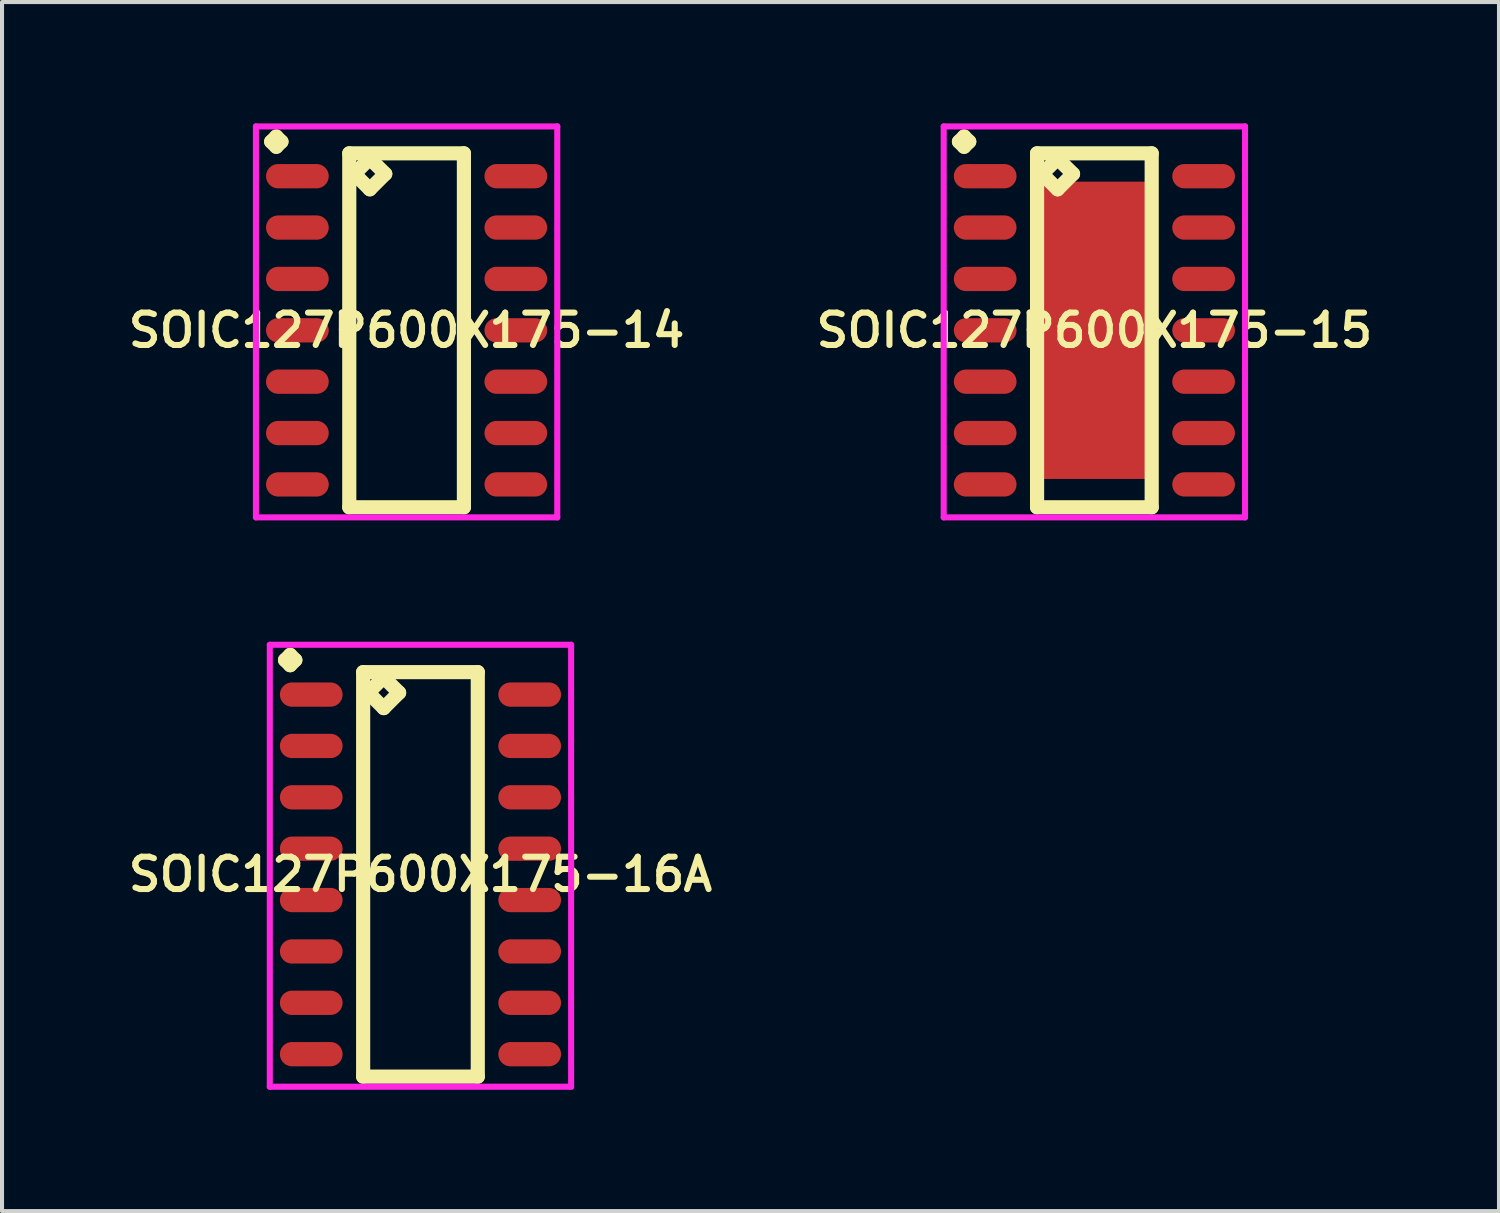
<source format=kicad_pcb>
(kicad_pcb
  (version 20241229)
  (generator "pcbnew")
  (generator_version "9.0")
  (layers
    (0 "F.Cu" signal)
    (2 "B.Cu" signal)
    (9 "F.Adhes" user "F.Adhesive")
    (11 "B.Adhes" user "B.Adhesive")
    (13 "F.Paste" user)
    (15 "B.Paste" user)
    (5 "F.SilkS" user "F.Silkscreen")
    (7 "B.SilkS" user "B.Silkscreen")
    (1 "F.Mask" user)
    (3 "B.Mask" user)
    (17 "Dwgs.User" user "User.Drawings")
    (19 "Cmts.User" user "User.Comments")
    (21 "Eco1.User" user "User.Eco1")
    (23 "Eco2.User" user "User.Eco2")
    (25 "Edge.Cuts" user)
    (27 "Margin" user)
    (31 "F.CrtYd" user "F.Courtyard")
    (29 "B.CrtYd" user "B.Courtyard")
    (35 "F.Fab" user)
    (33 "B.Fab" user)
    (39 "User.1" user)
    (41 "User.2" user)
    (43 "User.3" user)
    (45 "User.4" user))
  (footprint "SOIC127P600X175-15"
    (layer "F.Cu")
    (at 24.006 5.116)
    (property "Reference" "SOIC127P600X175-15" (at 0 0 0) (layer "F.SilkS") (effects (font (size 0.8 0.8) (thickness 0.15))))
    (attr smd)
    (fp_line (start -3.348 -4.664) (end -3.221 -4.791) (stroke (width 0.35) (type solid)) (layer "F.SilkS"))
    (fp_line (start -3.221 -4.791) (end -3.094 -4.664) (stroke (width 0.35) (type solid)) (layer "F.SilkS"))
    (fp_line (start -3.221 -4.537) (end -3.348 -4.664) (stroke (width 0.35) (type solid)) (layer "F.SilkS"))
    (fp_line (start -3.094 -4.664) (end -3.221 -4.537) (stroke (width 0.35) (type solid)) (layer "F.SilkS"))
    (fp_line (start -1.417 -4.375) (end -1.417 4.375) (stroke (width 0.35) (type solid)) (layer "F.SilkS"))
    (fp_line (start -1.417 4.375) (end 1.417 4.375) (stroke (width 0.35) (type solid)) (layer "F.SilkS"))
    (fp_line (start -1.29 -3.867) (end -0.909 -4.248) (stroke (width 0.35) (type solid)) (layer "F.SilkS"))
    (fp_line (start -0.909 -4.248) (end -0.528 -3.867) (stroke (width 0.35) (type solid)) (layer "F.SilkS"))
    (fp_line (start -0.909 -3.486) (end -1.29 -3.867) (stroke (width 0.35) (type solid)) (layer "F.SilkS"))
    (fp_line (start -0.528 -3.867) (end -0.909 -3.486) (stroke (width 0.35) (type solid)) (layer "F.SilkS"))
    (fp_line (start 1.417 -4.375) (end -1.417 -4.375) (stroke (width 0.35) (type solid)) (layer "F.SilkS"))
    (fp_line (start 1.417 4.375) (end 1.417 -4.375) (stroke (width 0.35) (type solid)) (layer "F.SilkS"))
    (fp_line (start -3.725 -5.041) (end 3.725 -5.041) (stroke (width 0.15) (type solid)) (layer "F.CrtYd"))
    (fp_line (start -3.725 4.625) (end -3.725 -5.041) (stroke (width 0.15) (type solid)) (layer "F.CrtYd"))
    (fp_line (start 3.725 -5.041) (end 3.725 4.625) (stroke (width 0.15) (type solid)) (layer "F.CrtYd"))
    (fp_line (start 3.725 4.625) (end -3.725 4.625) (stroke (width 0.15) (type solid)) (layer "F.CrtYd"))
    (pad "1" smd oval (at -2.7 -3.81) (size 1.55 0.6) (layers "F.Cu" "F.Mask" "F.Paste"))
    (pad "2" smd oval (at -2.7 -2.54) (size 1.55 0.6) (layers "F.Cu" "F.Mask" "F.Paste"))
    (pad "3" smd oval (at -2.7 -1.27) (size 1.55 0.6) (layers "F.Cu" "F.Mask" "F.Paste"))
    (pad "4" smd oval (at -2.7 0) (size 1.55 0.6) (layers "F.Cu" "F.Mask" "F.Paste"))
    (pad "5" smd oval (at -2.7 1.27) (size 1.55 0.6) (layers "F.Cu" "F.Mask" "F.Paste"))
    (pad "6" smd oval (at -2.7 2.54) (size 1.55 0.6) (layers "F.Cu" "F.Mask" "F.Paste"))
    (pad "7" smd oval (at -2.7 3.81) (size 1.55 0.6) (layers "F.Cu" "F.Mask" "F.Paste"))
    (pad "8" smd oval (at 2.7 3.81) (size 1.55 0.6) (layers "F.Cu" "F.Mask" "F.Paste"))
    (pad "9" smd oval (at 2.7 2.54) (size 1.55 0.6) (layers "F.Cu" "F.Mask" "F.Paste"))
    (pad "10" smd oval (at 2.7 1.27) (size 1.55 0.6) (layers "F.Cu" "F.Mask" "F.Paste"))
    (pad "11" smd oval (at 2.7 0) (size 1.55 0.6) (layers "F.Cu" "F.Mask" "F.Paste"))
    (pad "12" smd oval (at 2.7 -1.27) (size 1.55 0.6) (layers "F.Cu" "F.Mask" "F.Paste"))
    (pad "13" smd oval (at 2.7 -2.54) (size 1.55 0.6) (layers "F.Cu" "F.Mask" "F.Paste"))
    (pad "14" smd oval (at 2.7 -3.81) (size 1.55 0.6) (layers "F.Cu" "F.Mask" "F.Paste"))
    (pad "15" smd rect (at 0 0) (size 2.75 7.35) (layers "F.Cu" "F.Mask" "F.Paste")))
  (footprint "SOIC127P600X175-14"
    (layer "F.Cu")
    (at 7.002 5.116)
    (property "Reference" "SOIC127P600X175-14" (at 0 0 0) (layer "F.SilkS") (effects (font (size 0.8 0.8) (thickness 0.15))))
    (attr smd)
    (fp_line (start -3.348 -4.664) (end -3.221 -4.791) (stroke (width 0.35) (type solid)) (layer "F.SilkS"))
    (fp_line (start -3.221 -4.791) (end -3.094 -4.664) (stroke (width 0.35) (type solid)) (layer "F.SilkS"))
    (fp_line (start -3.221 -4.537) (end -3.348 -4.664) (stroke (width 0.35) (type solid)) (layer "F.SilkS"))
    (fp_line (start -3.094 -4.664) (end -3.221 -4.537) (stroke (width 0.35) (type solid)) (layer "F.SilkS"))
    (fp_line (start -1.417 -4.375) (end -1.417 4.375) (stroke (width 0.35) (type solid)) (layer "F.SilkS"))
    (fp_line (start -1.417 4.375) (end 1.417 4.375) (stroke (width 0.35) (type solid)) (layer "F.SilkS"))
    (fp_line (start -1.29 -3.867) (end -0.909 -4.248) (stroke (width 0.35) (type solid)) (layer "F.SilkS"))
    (fp_line (start -0.909 -4.248) (end -0.528 -3.867) (stroke (width 0.35) (type solid)) (layer "F.SilkS"))
    (fp_line (start -0.909 -3.486) (end -1.29 -3.867) (stroke (width 0.35) (type solid)) (layer "F.SilkS"))
    (fp_line (start -0.528 -3.867) (end -0.909 -3.486) (stroke (width 0.35) (type solid)) (layer "F.SilkS"))
    (fp_line (start 1.417 -4.375) (end -1.417 -4.375) (stroke (width 0.35) (type solid)) (layer "F.SilkS"))
    (fp_line (start 1.417 4.375) (end 1.417 -4.375) (stroke (width 0.35) (type solid)) (layer "F.SilkS"))
    (fp_line (start -3.725 -5.041) (end 3.725 -5.041) (stroke (width 0.15) (type solid)) (layer "F.CrtYd"))
    (fp_line (start -3.725 4.625) (end -3.725 -5.041) (stroke (width 0.15) (type solid)) (layer "F.CrtYd"))
    (fp_line (start 3.725 -5.041) (end 3.725 4.625) (stroke (width 0.15) (type solid)) (layer "F.CrtYd"))
    (fp_line (start 3.725 4.625) (end -3.725 4.625) (stroke (width 0.15) (type solid)) (layer "F.CrtYd"))
    (pad "1" smd oval (at -2.7 -3.81) (size 1.55 0.6) (layers "F.Cu" "F.Mask" "F.Paste"))
    (pad "2" smd oval (at -2.7 -2.54) (size 1.55 0.6) (layers "F.Cu" "F.Mask" "F.Paste"))
    (pad "3" smd oval (at -2.7 -1.27) (size 1.55 0.6) (layers "F.Cu" "F.Mask" "F.Paste"))
    (pad "4" smd oval (at -2.7 0) (size 1.55 0.6) (layers "F.Cu" "F.Mask" "F.Paste"))
    (pad "5" smd oval (at -2.7 1.27) (size 1.55 0.6) (layers "F.Cu" "F.Mask" "F.Paste"))
    (pad "6" smd oval (at -2.7 2.54) (size 1.55 0.6) (layers "F.Cu" "F.Mask" "F.Paste"))
    (pad "7" smd oval (at -2.7 3.81) (size 1.55 0.6) (layers "F.Cu" "F.Mask" "F.Paste"))
    (pad "8" smd oval (at 2.7 3.81) (size 1.55 0.6) (layers "F.Cu" "F.Mask" "F.Paste"))
    (pad "9" smd oval (at 2.7 2.54) (size 1.55 0.6) (layers "F.Cu" "F.Mask" "F.Paste"))
    (pad "10" smd oval (at 2.7 1.27) (size 1.55 0.6) (layers "F.Cu" "F.Mask" "F.Paste"))
    (pad "11" smd oval (at 2.7 0) (size 1.55 0.6) (layers "F.Cu" "F.Mask" "F.Paste"))
    (pad "12" smd oval (at 2.7 -1.27) (size 1.55 0.6) (layers "F.Cu" "F.Mask" "F.Paste"))
    (pad "13" smd oval (at 2.7 -2.54) (size 1.55 0.6) (layers "F.Cu" "F.Mask" "F.Paste"))
    (pad "14" smd oval (at 2.7 -3.81) (size 1.55 0.6) (layers "F.Cu" "F.Mask" "F.Paste")))
  (footprint "SOIC127P600X175-16A"
    (layer "F.Cu")
    (at 7.345 18.567)
    (property "Reference" "SOIC127P600X175-16A" (at 0 0 0) (layer "F.SilkS") (effects (font (size 0.8 0.8) (thickness 0.15))))
    (attr through_hole)
    (fp_line (start -3.348 -5.299) (end -3.221 -5.426) (stroke (width 0.35) (type solid)) (layer "F.SilkS"))
    (fp_line (start -3.221 -5.426) (end -3.094 -5.299) (stroke (width 0.35) (type solid)) (layer "F.SilkS"))
    (fp_line (start -3.221 -5.172) (end -3.348 -5.299) (stroke (width 0.35) (type solid)) (layer "F.SilkS"))
    (fp_line (start -3.094 -5.299) (end -3.221 -5.172) (stroke (width 0.35) (type solid)) (layer "F.SilkS"))
    (fp_line (start -1.417 -5) (end -1.417 5) (stroke (width 0.35) (type solid)) (layer "F.SilkS"))
    (fp_line (start -1.417 5) (end 1.417 5) (stroke (width 0.35) (type solid)) (layer "F.SilkS"))
    (fp_line (start -1.29 -4.492) (end -0.909 -4.873) (stroke (width 0.35) (type solid)) (layer "F.SilkS"))
    (fp_line (start -0.909 -4.873) (end -0.528 -4.492) (stroke (width 0.35) (type solid)) (layer "F.SilkS"))
    (fp_line (start -0.909 -4.111) (end -1.29 -4.492) (stroke (width 0.35) (type solid)) (layer "F.SilkS"))
    (fp_line (start -0.528 -4.492) (end -0.909 -4.111) (stroke (width 0.35) (type solid)) (layer "F.SilkS"))
    (fp_line (start 1.417 -5) (end -1.417 -5) (stroke (width 0.35) (type solid)) (layer "F.SilkS"))
    (fp_line (start 1.417 5) (end 1.417 -5) (stroke (width 0.35) (type solid)) (layer "F.SilkS"))
    (fp_line (start -3.725 -5.676) (end 3.725 -5.676) (stroke (width 0.15) (type solid)) (layer "F.CrtYd"))
    (fp_line (start -3.725 5.25) (end -3.725 -5.676) (stroke (width 0.15) (type solid)) (layer "F.CrtYd"))
    (fp_line (start 3.725 -5.676) (end 3.725 5.25) (stroke (width 0.15) (type solid)) (layer "F.CrtYd"))
    (fp_line (start 3.725 5.25) (end -3.725 5.25) (stroke (width 0.15) (type solid)) (layer "F.CrtYd"))
    (pad "1" smd oval (at -2.7 -4.445) (size 1.55 0.6) (layers "F.Cu" "F.Mask" "F.Paste"))
    (pad "2" smd oval (at -2.7 -3.175) (size 1.55 0.6) (layers "F.Cu" "F.Mask" "F.Paste"))
    (pad "3" smd oval (at -2.7 -1.905) (size 1.55 0.6) (layers "F.Cu" "F.Mask" "F.Paste"))
    (pad "4" smd oval (at -2.7 -0.635) (size 1.55 0.6) (layers "F.Cu" "F.Mask" "F.Paste"))
    (pad "5" smd oval (at -2.7 0.635) (size 1.55 0.6) (layers "F.Cu" "F.Mask" "F.Paste"))
    (pad "6" smd oval (at -2.7 1.905) (size 1.55 0.6) (layers "F.Cu" "F.Mask" "F.Paste"))
    (pad "7" smd oval (at -2.7 3.175) (size 1.55 0.6) (layers "F.Cu" "F.Mask" "F.Paste"))
    (pad "8" smd oval (at -2.7 4.445) (size 1.55 0.6) (layers "F.Cu" "F.Mask" "F.Paste"))
    (pad "9" smd oval (at 2.7 4.445) (size 1.55 0.6) (layers "F.Cu" "F.Mask" "F.Paste"))
    (pad "10" smd oval (at 2.7 3.175) (size 1.55 0.6) (layers "F.Cu" "F.Mask" "F.Paste"))
    (pad "11" smd oval (at 2.7 1.905) (size 1.55 0.6) (layers "F.Cu" "F.Mask" "F.Paste"))
    (pad "12" smd oval (at 2.7 0.635) (size 1.55 0.6) (layers "F.Cu" "F.Mask" "F.Paste"))
    (pad "13" smd oval (at 2.7 -0.635) (size 1.55 0.6) (layers "F.Cu" "F.Mask" "F.Paste"))
    (pad "14" smd oval (at 2.7 -1.905) (size 1.55 0.6) (layers "F.Cu" "F.Mask" "F.Paste"))
    (pad "15" smd oval (at 2.7 -3.175) (size 1.55 0.6) (layers "F.Cu" "F.Mask" "F.Paste"))
    (pad "16" smd oval (at 2.7 -4.445) (size 1.55 0.6) (layers "F.Cu" "F.Mask" "F.Paste")))
  (gr_rect
    (start -3 -3)
    (end 34.009 26.892)
    (stroke (width 0.1) (type default))
    (fill no)
    (layer "Edge.Cuts")))
</source>
